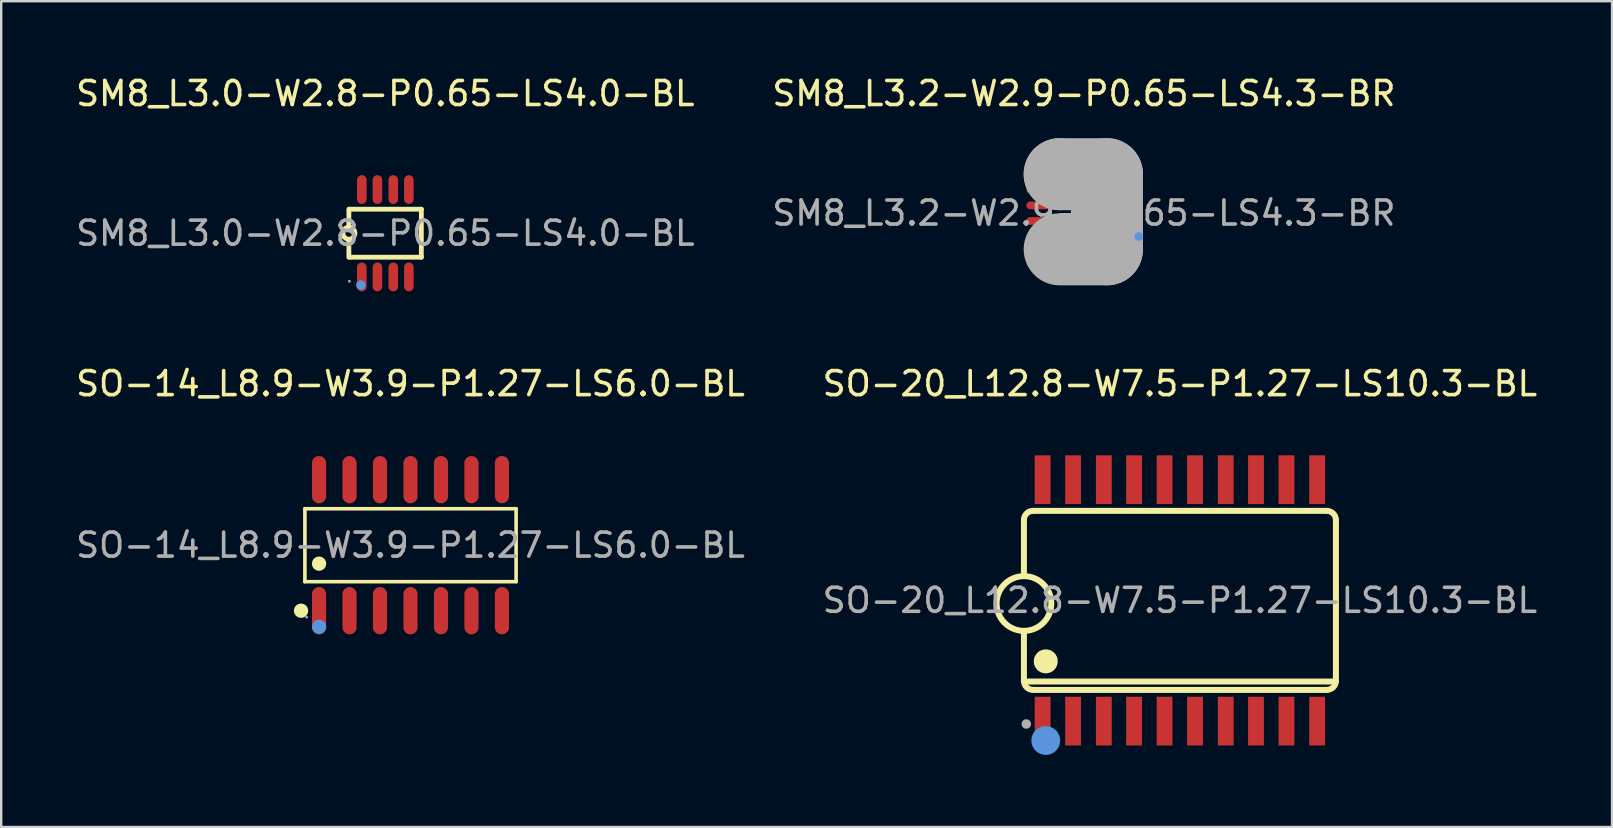
<source format=kicad_pcb>
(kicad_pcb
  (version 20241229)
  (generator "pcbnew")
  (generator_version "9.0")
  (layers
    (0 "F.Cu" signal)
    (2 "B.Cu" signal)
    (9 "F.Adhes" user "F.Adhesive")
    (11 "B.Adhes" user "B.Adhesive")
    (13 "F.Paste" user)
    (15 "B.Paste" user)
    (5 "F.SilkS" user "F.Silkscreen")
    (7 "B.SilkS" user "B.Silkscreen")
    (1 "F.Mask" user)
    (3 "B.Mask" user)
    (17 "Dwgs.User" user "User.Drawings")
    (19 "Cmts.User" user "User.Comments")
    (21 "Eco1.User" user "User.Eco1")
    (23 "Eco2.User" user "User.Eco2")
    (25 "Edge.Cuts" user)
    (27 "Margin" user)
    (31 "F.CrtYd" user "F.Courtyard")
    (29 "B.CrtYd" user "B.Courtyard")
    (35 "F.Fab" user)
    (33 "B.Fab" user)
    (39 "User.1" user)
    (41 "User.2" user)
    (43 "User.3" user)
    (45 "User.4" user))
  (footprint "SO-14_L8.9-W3.9-P1.27-LS6.0-BL"
    (layer "F.Cu")
    (at 14.054 19.666)
    (property "Reference" "SO-14_L8.9-W3.9-P1.27-LS6.0-BL" (at 0 -6.73 0) (layer "F.SilkS") (effects (font (size 1 1) (thickness 0.15))))
    (attr through_hole)
    (fp_line (start -4.4 -1.52) (end 4.4 -1.52) (stroke (width 0.15) (type solid)) (layer "F.SilkS"))
    (fp_line (start -4.4 1.52) (end -4.4 -1.52) (stroke (width 0.15) (type solid)) (layer "F.SilkS"))
    (fp_line (start 4.4 -1.52) (end 4.4 1.52) (stroke (width 0.15) (type solid)) (layer "F.SilkS"))
    (fp_line (start 4.4 1.52) (end -4.4 1.52) (stroke (width 0.15) (type solid)) (layer "F.SilkS"))
    (fp_circle (center -4.56 2.73) (end -4.41 2.73) (stroke (width 0.3) (type solid)) (fill no) (layer "F.SilkS"))
    (fp_circle (center -3.81 0.77) (end -3.66 0.77) (stroke (width 0.3) (type solid)) (fill no) (layer "F.SilkS"))
    (fp_circle (center -3.81 3.4) (end -3.66 3.4) (stroke (width 0.3) (type solid)) (fill no) (layer "Cmts.User"))
    (fp_circle (center -4.33 3) (end -4.3 3) (stroke (width 0.06) (type solid)) (fill no) (layer "F.Fab"))
    (fp_text user "${REFERENCE}" (at 0 0 0) (layer "F.Fab") (effects (font (size 1 1) (thickness 0.15))))
    (pad "1" smd oval (at -3.81 2.73) (size 0.59 1.97) (layers "F.Cu" "F.Mask" "F.Paste"))
    (pad "2" smd oval (at -2.54 2.73) (size 0.59 1.97) (layers "F.Cu" "F.Mask" "F.Paste"))
    (pad "3" smd oval (at -1.27 2.73) (size 0.59 1.97) (layers "F.Cu" "F.Mask" "F.Paste"))
    (pad "4" smd oval (at 0 2.73) (size 0.59 1.97) (layers "F.Cu" "F.Mask" "F.Paste"))
    (pad "5" smd oval (at 1.27 2.73) (size 0.59 1.97) (layers "F.Cu" "F.Mask" "F.Paste"))
    (pad "6" smd oval (at 2.54 2.73) (size 0.59 1.97) (layers "F.Cu" "F.Mask" "F.Paste"))
    (pad "7" smd oval (at 3.81 2.73) (size 0.59 1.97) (layers "F.Cu" "F.Mask" "F.Paste"))
    (pad "8" smd oval (at 3.81 -2.73) (size 0.59 1.97) (layers "F.Cu" "F.Mask" "F.Paste"))
    (pad "9" smd oval (at 2.54 -2.73) (size 0.59 1.97) (layers "F.Cu" "F.Mask" "F.Paste"))
    (pad "10" smd oval (at 1.27 -2.73) (size 0.59 1.97) (layers "F.Cu" "F.Mask" "F.Paste"))
    (pad "11" smd oval (at 0 -2.73) (size 0.59 1.97) (layers "F.Cu" "F.Mask" "F.Paste"))
    (pad "12" smd oval (at -1.27 -2.73) (size 0.59 1.97) (layers "F.Cu" "F.Mask" "F.Paste"))
    (pad "13" smd oval (at -2.54 -2.73) (size 0.59 1.97) (layers "F.Cu" "F.Mask" "F.Paste"))
    (pad "14" smd oval (at -3.81 -2.73) (size 0.59 1.97) (layers "F.Cu" "F.Mask" "F.Paste")))
  (footprint "SO-20_L12.8-W7.5-P1.27-LS10.3-BL"
    (layer "F.Cu")
    (at 46.113 21.966)
    (property "Reference" "SO-20_L12.8-W7.5-P1.27-LS10.3-BL" (at 0 -9.03 0) (layer "F.SilkS") (effects (font (size 1 1) (thickness 0.15))))
    (attr through_hole)
    (fp_line (start -6.5 -3.35) (end -6.5 -1.02) (stroke (width 0.25) (type solid)) (layer "F.SilkS"))
    (fp_line (start -6.5 3.35) (end -6.5 1.27) (stroke (width 0.25) (type solid)) (layer "F.SilkS"))
    (fp_line (start -6.47 3.38) (end 6.48 3.38) (stroke (width 0.25) (type solid)) (layer "F.SilkS"))
    (fp_line (start -6.12 3.73) (end 6.12 3.73) (stroke (width 0.25) (type solid)) (layer "F.SilkS"))
    (fp_line (start 6.12 -3.73) (end -6.12 -3.73) (stroke (width 0.25) (type solid)) (layer "F.SilkS"))
    (fp_line (start 6.5 3.35) (end 6.5 -3.35) (stroke (width 0.25) (type solid)) (layer "F.SilkS"))
    (fp_arc (start -6.519896 1.269826) (mid -6.490052 -1.009956) (end -6.5 1.27) (stroke (width 0.25) (type solid)) (layer "F.SilkS"))
    (fp_arc (start -6.5 -3.35) (mid -6.388701 -3.618701) (end -6.12 -3.73) (stroke (width 0.25) (type solid)) (layer "F.SilkS"))
    (fp_arc (start -6.12 3.73) (mid -6.388701 3.618701) (end -6.5 3.35) (stroke (width 0.25) (type solid)) (layer "F.SilkS"))
    (fp_arc (start 6.12 -3.73) (mid 6.388701 -3.618701) (end 6.5 -3.35) (stroke (width 0.25) (type solid)) (layer "F.SilkS"))
    (fp_arc (start 6.5 3.35) (mid 6.388701 3.618701) (end 6.12 3.73) (stroke (width 0.25) (type solid)) (layer "F.SilkS"))
    (fp_circle (center -5.59 2.54) (end -5.34 2.54) (stroke (width 0.5) (type solid)) (fill no) (layer "F.SilkS"))
    (fp_circle (center -5.59 5.84) (end -5.29 5.84) (stroke (width 0.6) (type solid)) (fill no) (layer "Cmts.User"))
    (fp_circle (center -6.4 5.15) (end -6.3 5.15) (stroke (width 0.2) (type solid)) (fill no) (layer "F.Fab"))
    (fp_text user "${REFERENCE}" (at 0 0 0) (layer "F.Fab") (effects (font (size 1 1) (thickness 0.15))))
    (pad "1" smd rect (at -5.72 5.03) (size 0.66 2.03) (layers "F.Cu" "F.Mask" "F.Paste"))
    (pad "2" smd rect (at -4.45 5.03) (size 0.66 2.03) (layers "F.Cu" "F.Mask" "F.Paste"))
    (pad "3" smd rect (at -3.17 5.03) (size 0.66 2.03) (layers "F.Cu" "F.Mask" "F.Paste"))
    (pad "4" smd rect (at -1.91 5.03) (size 0.66 2.03) (layers "F.Cu" "F.Mask" "F.Paste"))
    (pad "5" smd rect (at -0.64 5.03) (size 0.66 2.03) (layers "F.Cu" "F.Mask" "F.Paste"))
    (pad "6" smd rect (at 0.63 5.03) (size 0.66 2.03) (layers "F.Cu" "F.Mask" "F.Paste"))
    (pad "7" smd rect (at 1.91 5.03) (size 0.66 2.03) (layers "F.Cu" "F.Mask" "F.Paste"))
    (pad "8" smd rect (at 3.17 5.03) (size 0.66 2.03) (layers "F.Cu" "F.Mask" "F.Paste"))
    (pad "9" smd rect (at 4.44 5.03) (size 0.66 2.03) (layers "F.Cu" "F.Mask" "F.Paste"))
    (pad "10" smd rect (at 5.72 5.03) (size 0.66 2.03) (layers "F.Cu" "F.Mask" "F.Paste"))
    (pad "11" smd rect (at 5.72 -5.03) (size 0.66 2.03) (layers "F.Cu" "F.Mask" "F.Paste"))
    (pad "12" smd rect (at 4.44 -5.03) (size 0.66 2.03) (layers "F.Cu" "F.Mask" "F.Paste"))
    (pad "13" smd rect (at 3.17 -5.03) (size 0.66 2.03) (layers "F.Cu" "F.Mask" "F.Paste"))
    (pad "14" smd rect (at 1.91 -5.03) (size 0.66 2.03) (layers "F.Cu" "F.Mask" "F.Paste"))
    (pad "15" smd rect (at 0.63 -5.03) (size 0.66 2.03) (layers "F.Cu" "F.Mask" "F.Paste"))
    (pad "16" smd rect (at -0.64 -5.03) (size 0.66 2.03) (layers "F.Cu" "F.Mask" "F.Paste"))
    (pad "17" smd rect (at -1.91 -5.03) (size 0.66 2.03) (layers "F.Cu" "F.Mask" "F.Paste"))
    (pad "18" smd rect (at -3.17 -5.03) (size 0.66 2.03) (layers "F.Cu" "F.Mask" "F.Paste"))
    (pad "19" smd rect (at -4.45 -5.03) (size 0.66 2.03) (layers "F.Cu" "F.Mask" "F.Paste"))
    (pad "20" smd rect (at -5.72 -5.03) (size 0.66 2.03) (layers "F.Cu" "F.Mask" "F.Paste")))
  (footprint "SM8_L3.0-W2.8-P0.65-LS4.0-BL"
    (layer "F.Cu")
    (at 13.006 6.668)
    (property "Reference" "SM8_L3.0-W2.8-P0.65-LS4.0-BL" (at 0 -5.82 0) (layer "F.SilkS") (effects (font (size 1 1) (thickness 0.15))))
    (attr through_hole)
    (fp_line (start -1.52 -0.25) (end -1.52 -1) (stroke (width 0.2) (type solid)) (layer "F.SilkS"))
    (fp_line (start -1.52 0.25) (end -1.52 1) (stroke (width 0.2) (type solid)) (layer "F.SilkS"))
    (fp_line (start -1.5 -1) (end 1.5 -1) (stroke (width 0.2) (type solid)) (layer "F.SilkS"))
    (fp_line (start 1.5 -1) (end 1.5 1) (stroke (width 0.2) (type solid)) (layer "F.SilkS"))
    (fp_line (start 1.5 1) (end -1.5 1) (stroke (width 0.2) (type solid)) (layer "F.SilkS"))
    (fp_arc (start -1.515637 -0.249962) (mid -1.522182 0.249991) (end -1.52 -0.25) (stroke (width 0.2) (type solid)) (layer "F.SilkS"))
    (fp_circle (center -1.02 2.16) (end -0.92 2.16) (stroke (width 0.2) (type solid)) (fill no) (layer "Cmts.User"))
    (fp_circle (center -1.5 2) (end -1.47 2) (stroke (width 0.06) (type solid)) (fill no) (layer "F.Fab"))
    (fp_text user "${REFERENCE}" (at 0 0 0) (layer "F.Fab") (effects (font (size 1 1) (thickness 0.15))))
    (pad "1" smd oval (at -0.98 1.82 270) (size 1.2 0.4) (layers "F.Cu" "F.Mask" "F.Paste"))
    (pad "2" smd oval (at -0.33 1.82 270) (size 1.2 0.4) (layers "F.Cu" "F.Mask" "F.Paste"))
    (pad "3" smd oval (at 0.33 1.82 270) (size 1.2 0.4) (layers "F.Cu" "F.Mask" "F.Paste"))
    (pad "4" smd oval (at 0.98 1.82 270) (size 1.2 0.4) (layers "F.Cu" "F.Mask" "F.Paste"))
    (pad "5" smd oval (at 0.98 -1.82 270) (size 1.2 0.4) (layers "F.Cu" "F.Mask" "F.Paste"))
    (pad "6" smd oval (at 0.33 -1.82 270) (size 1.2 0.4) (layers "F.Cu" "F.Mask" "F.Paste"))
    (pad "7" smd oval (at -0.33 -1.82 270) (size 1.2 0.4) (layers "F.Cu" "F.Mask" "F.Paste"))
    (pad "8" smd oval (at -0.98 -1.82 270) (size 1.2 0.4) (layers "F.Cu" "F.Mask" "F.Paste")))
  (footprint "SM8_L3.2-W2.9-P0.65-LS4.3-BR"
    (layer "F.Cu")
    (at 42.113 5.828)
    (property "Reference" "SM8_L3.2-W2.9-P0.65-LS4.3-BR" (at 0 -4.98 0) (layer "F.SilkS") (effects (font (size 1 1) (thickness 0.15))))
    (attr through_hole)
    (fp_circle (center 0.51 1.02) (end 0.66 1.02) (stroke (width 0.3) (type solid)) (fill no) (layer "F.SilkS"))
    (fp_circle (center 1.4 1.52) (end 1.53 1.52) (stroke (width 0.25) (type solid)) (fill no) (layer "F.SilkS"))
    (fp_circle (center 2.29 0.98) (end 2.38 0.98) (stroke (width 0.18) (type solid)) (fill no) (layer "Cmts.User"))
    (fp_line (start -1.01 -1.62) (end -1.01 -1.62) (stroke (width 3) (type solid)) (layer "F.Fab"))
    (fp_line (start -1.01 -1.62) (end 0.96 -1.62) (stroke (width 3) (type solid)) (layer "F.Fab"))
    (fp_line (start 0.96 -1.62) (end 0.96 1.51) (stroke (width 3) (type solid)) (layer "F.Fab"))
    (fp_line (start 0.96 1.51) (end -1.01 1.51) (stroke (width 3) (type solid)) (layer "F.Fab"))
    (fp_circle (center 1.97 1.57) (end 2 1.57) (stroke (width 0.06) (type solid)) (fill no) (layer "F.Fab"))
    (fp_text user "${REFERENCE}" (at 0 0 0) (layer "F.Fab") (effects (font (size 1 1) (thickness 0.15))))
    (pad "1" smd oval (at 1.8 0.98 90) (size 0.32 1.2) (layers "F.Cu" "F.Mask" "F.Paste"))
    (pad "2" smd oval (at 1.8 0.33 90) (size 0.32 1.2) (layers "F.Cu" "F.Mask" "F.Paste"))
    (pad "3" smd oval (at 1.8 -0.32 90) (size 0.32 1.2) (layers "F.Cu" "F.Mask" "F.Paste"))
    (pad "4" smd oval (at 1.8 -0.98 90) (size 0.32 1.2) (layers "F.Cu" "F.Mask" "F.Paste"))
    (pad "5" smd oval (at -1.8 -0.98 90) (size 0.32 1.2) (layers "F.Cu" "F.Mask" "F.Paste"))
    (pad "6" smd oval (at -1.8 -0.32 90) (size 0.32 1.2) (layers "F.Cu" "F.Mask" "F.Paste"))
    (pad "7" smd oval (at -1.8 0.33 90) (size 0.32 1.2) (layers "F.Cu" "F.Mask" "F.Paste"))
    (pad "8" smd oval (at -1.8 0.98 90) (size 0.32 1.2) (layers "F.Cu" "F.Mask" "F.Paste")))
  (gr_rect
    (start -3 -3)
    (end 64.119 31.407)
    (stroke (width 0.1) (type default))
    (fill no)
    (layer "Edge.Cuts")))
</source>
